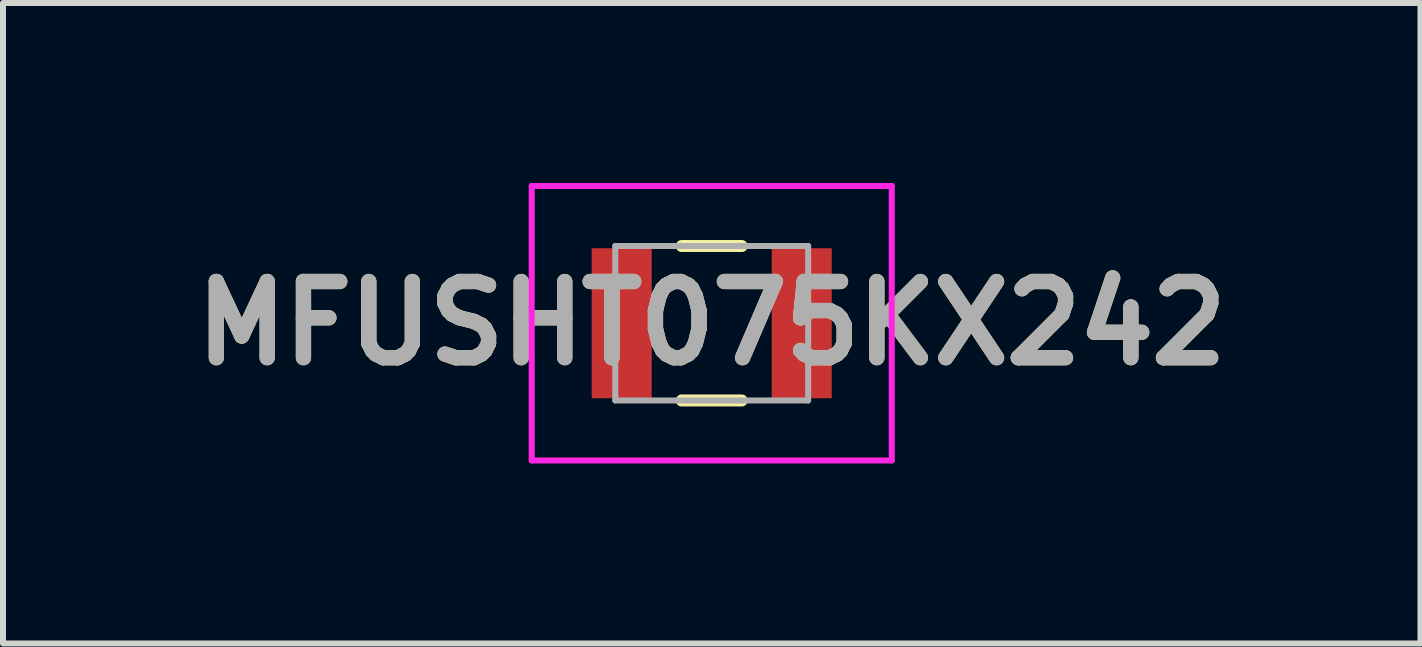
<source format=kicad_pcb>
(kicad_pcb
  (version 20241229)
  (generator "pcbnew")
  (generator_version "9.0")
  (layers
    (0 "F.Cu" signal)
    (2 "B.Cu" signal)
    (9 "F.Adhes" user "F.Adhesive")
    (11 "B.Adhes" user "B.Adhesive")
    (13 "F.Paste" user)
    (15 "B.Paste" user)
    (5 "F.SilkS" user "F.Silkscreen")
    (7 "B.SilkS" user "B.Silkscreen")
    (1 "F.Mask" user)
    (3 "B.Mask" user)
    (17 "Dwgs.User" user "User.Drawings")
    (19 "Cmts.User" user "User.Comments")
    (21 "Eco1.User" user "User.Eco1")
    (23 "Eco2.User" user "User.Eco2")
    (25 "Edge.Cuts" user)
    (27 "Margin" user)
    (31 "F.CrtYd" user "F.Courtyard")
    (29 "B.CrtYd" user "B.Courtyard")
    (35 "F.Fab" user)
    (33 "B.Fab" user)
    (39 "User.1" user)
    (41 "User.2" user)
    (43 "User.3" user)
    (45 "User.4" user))
  (footprint "MFUSHT075KX242"
    (layer "F.Cu")
    (at 8.811 2.337)
    (property "Reference" "MFUSHT075KX242" (at 0 0 0) (layer "F.SilkS") (effects (font (size 1.27 1.27) (thickness 0.254))))
    (attr smd)
    (fp_line (start -2.5 0) (end -2.5 0) (stroke (width 0.1) (type solid)) (layer "F.SilkS"))
    (fp_line (start -2.4 0) (end -2.4 0) (stroke (width 0.1) (type solid)) (layer "F.SilkS"))
    (fp_line (start -0.5 -1.287) (end 0.5 -1.287) (stroke (width 0.2) (type solid)) (layer "F.SilkS"))
    (fp_line (start -0.5 1.287) (end 0.5 1.287) (stroke (width 0.2) (type solid)) (layer "F.SilkS"))
    (fp_arc (start -2.5 0) (mid -2.45 -0.05) (end -2.4 0) (stroke (width 0.1) (type solid)) (layer "F.SilkS"))
    (fp_arc (start -2.4 0) (mid -2.45 0.05) (end -2.5 0) (stroke (width 0.1) (type solid)) (layer "F.SilkS"))
    (fp_line (start -3 -2.287) (end 3 -2.287) (stroke (width 0.1) (type solid)) (layer "F.CrtYd"))
    (fp_line (start -3 2.287) (end -3 -2.287) (stroke (width 0.1) (type solid)) (layer "F.CrtYd"))
    (fp_line (start 3 -2.287) (end 3 2.287) (stroke (width 0.1) (type solid)) (layer "F.CrtYd"))
    (fp_line (start 3 2.287) (end -3 2.287) (stroke (width 0.1) (type solid)) (layer "F.CrtYd"))
    (fp_line (start -1.607 -1.287) (end 1.607 -1.287) (stroke (width 0.1) (type solid)) (layer "F.Fab"))
    (fp_line (start -1.607 1.287) (end -1.607 -1.287) (stroke (width 0.1) (type solid)) (layer "F.Fab"))
    (fp_line (start 1.607 -1.287) (end 1.607 1.287) (stroke (width 0.1) (type solid)) (layer "F.Fab"))
    (fp_line (start 1.607 1.287) (end -1.607 1.287) (stroke (width 0.1) (type solid)) (layer "F.Fab"))
    (fp_text user "${REFERENCE}" (at 0 0 0) (layer "F.Fab") (effects (font (size 1.27 1.27) (thickness 0.254))))
    (pad "1" smd rect (at -1.5 0) (size 1 2.5) (layers "F.Cu" "F.Mask" "F.Paste"))
    (pad "2" smd rect (at 1.5 0) (size 1 2.5) (layers "F.Cu" "F.Mask" "F.Paste")))
  (gr_rect
    (start -3 -3)
    (end 20.623 7.674)
    (stroke (width 0.1) (type default))
    (fill no)
    (layer "Edge.Cuts")))
</source>
